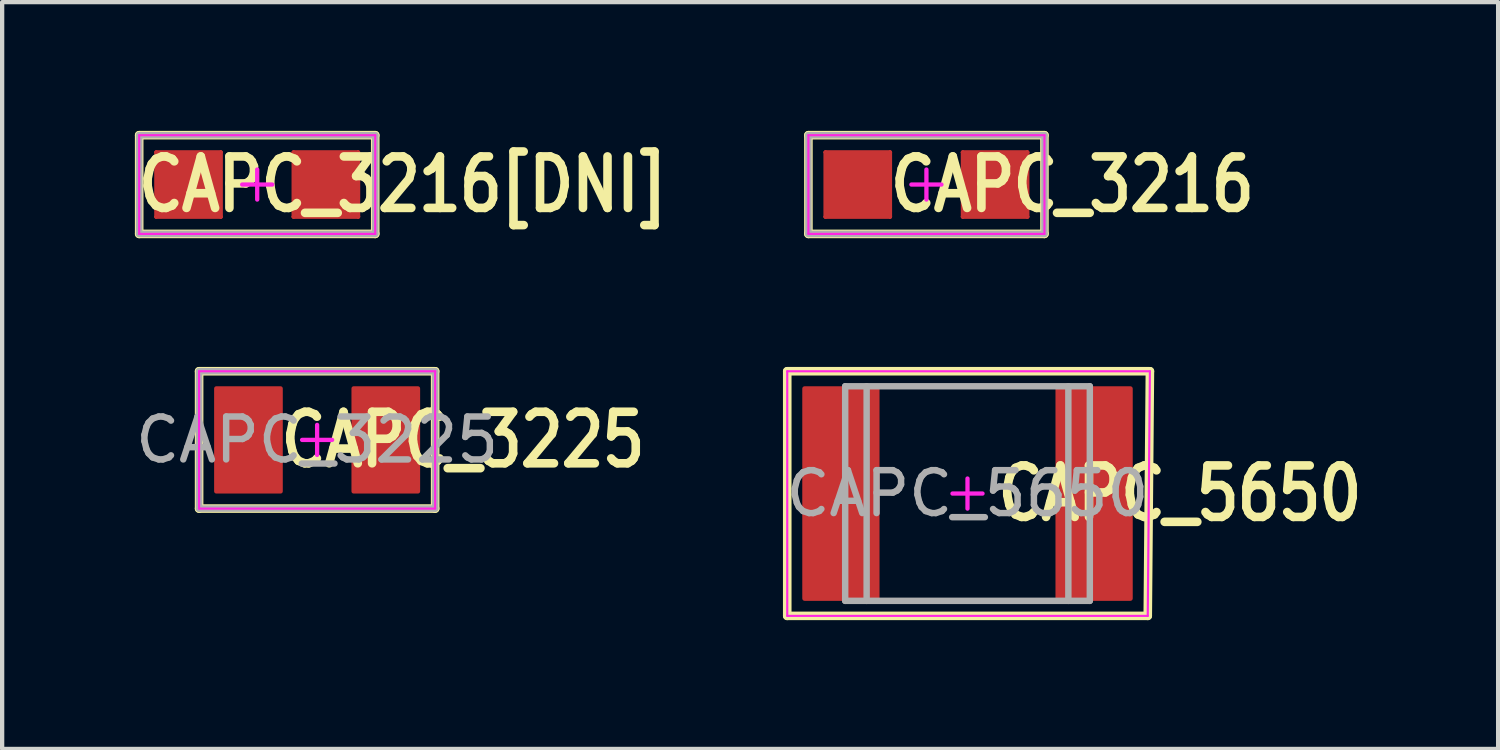
<source format=kicad_pcb>
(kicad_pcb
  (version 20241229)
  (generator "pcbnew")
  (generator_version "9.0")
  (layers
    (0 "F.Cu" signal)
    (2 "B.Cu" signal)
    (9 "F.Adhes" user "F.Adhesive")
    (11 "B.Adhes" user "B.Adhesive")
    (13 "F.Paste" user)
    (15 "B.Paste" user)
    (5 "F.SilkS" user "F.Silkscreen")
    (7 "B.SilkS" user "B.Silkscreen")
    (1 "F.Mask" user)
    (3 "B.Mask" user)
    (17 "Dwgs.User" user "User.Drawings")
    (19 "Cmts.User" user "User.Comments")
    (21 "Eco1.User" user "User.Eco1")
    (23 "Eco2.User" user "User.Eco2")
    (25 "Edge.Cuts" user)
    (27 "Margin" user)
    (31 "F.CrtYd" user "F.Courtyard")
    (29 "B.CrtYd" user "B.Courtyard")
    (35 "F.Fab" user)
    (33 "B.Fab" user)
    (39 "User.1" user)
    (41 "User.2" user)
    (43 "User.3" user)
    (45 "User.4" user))
  (footprint "CAPC_5650"
    (layer "F.Cu")
    (at 19.493 8.45)
    (property "Reference" "CAPC_5650" (at 4.95 0 0) (layer "F.SilkS") (effects (font (size 1.2 1) (thickness 0.2))))
    (attr through_hole)
    (fp_line (start -4.2 2.85) (end -4.2 -2.85) (stroke (width 0.2) (type solid)) (layer "F.SilkS"))
    (fp_line (start 4.2 2.85) (end -4.2 2.85) (stroke (width 0.2) (type solid)) (layer "F.SilkS"))
    (fp_line (start 4.2 2.85) (end 4.25 -2.85) (stroke (width 0.2) (type solid)) (layer "F.SilkS"))
    (fp_line (start 4.25 -2.85) (end -4.2 -2.85) (stroke (width 0.2) (type solid)) (layer "F.SilkS"))
    (fp_line (start -4.2 -2.85) (end 4.25 -2.85) (stroke (width 0.05) (type solid)) (layer "F.CrtYd"))
    (fp_line (start -4.2 2.85) (end -4.2 -2.85) (stroke (width 0.05) (type solid)) (layer "F.CrtYd"))
    (fp_line (start -0.35 0) (end 0.35 0) (stroke (width 0.1) (type solid)) (layer "F.CrtYd"))
    (fp_line (start 0 -0.35) (end 0 0.35) (stroke (width 0.1) (type solid)) (layer "F.CrtYd"))
    (fp_line (start 4.2 2.85) (end -4.2 2.85) (stroke (width 0.05) (type solid)) (layer "F.CrtYd"))
    (fp_line (start 4.2 2.85) (end 4.25 -2.85) (stroke (width 0.05) (type solid)) (layer "F.CrtYd"))
    (fp_line (start -2.85 -2.5) (end -2.85 2.5) (stroke (width 0.15) (type solid)) (layer "F.Fab"))
    (fp_line (start -2.35 -2.5) (end -2.35 2.5) (stroke (width 0.15) (type solid)) (layer "F.Fab"))
    (fp_line (start 2.35 -2.5) (end 2.35 2.5) (stroke (width 0.15) (type solid)) (layer "F.Fab"))
    (fp_line (start 2.85 -2.5) (end -2.85 -2.5) (stroke (width 0.15) (type solid)) (layer "F.Fab"))
    (fp_line (start 2.85 -2.5) (end 2.85 2.5) (stroke (width 0.15) (type solid)) (layer "F.Fab"))
    (fp_line (start 2.85 2.5) (end -2.85 2.5) (stroke (width 0.15) (type solid)) (layer "F.Fab"))
    (fp_text user "${REFERENCE}" (at 0 0 0) (layer "F.Fab") (effects (font (size 1 1) (thickness 0.15))))
    (pad "1" smd roundrect (at -2.95 0) (size 1.8 5) (layers "F.Cu" "F.Mask" "F.Paste") (roundrect_rratio 0.031))
    (pad "2" smd roundrect (at 2.95 0) (size 1.8 5) (layers "F.Cu" "F.Mask" "F.Paste") (roundrect_rratio 0.031)))
  (footprint "CAPC_3216"
    (layer "F.Cu")
    (at 18.536 1.25)
    (property "Reference" "CAPC_3216" (at 3.4 0 0) (layer "F.SilkS") (effects (font (size 1.2 1) (thickness 0.2))))
    (attr through_hole)
    (fp_line (start -2.375 0.75) (end -2.375 -0.75) (stroke (width 0.05) (type solid)) (layer "F.Cu"))
    (fp_line (start -2.35 -0.775) (end -0.85 -0.775) (stroke (width 0.05) (type solid)) (layer "F.Cu"))
    (fp_line (start -2.35 0.75) (end -0.85 0.75) (stroke (width 0.05) (type solid)) (layer "F.Cu"))
    (fp_line (start -2.35 -0.75) (end -0.85 -0.75) (stroke (width 0.05) (type solid)) (layer "F.Cu"))
    (fp_line (start -2.35 0.75) (end -2.35 -0.75) (stroke (width 0.05) (type solid)) (layer "F.Cu"))
    (fp_line (start -2.35 0.775) (end -0.85 0.775) (stroke (width 0.05) (type solid)) (layer "F.Cu"))
    (fp_line (start -0.85 0.75) (end -0.85 -0.75) (stroke (width 0.05) (type solid)) (layer "F.Cu"))
    (fp_line (start -0.825 0.75) (end -0.825 -0.75) (stroke (width 0.05) (type solid)) (layer "F.Cu"))
    (fp_line (start 0.825 0.75) (end 0.825 -0.75) (stroke (width 0.05) (type solid)) (layer "F.Cu"))
    (fp_line (start 0.85 -0.775) (end 2.35 -0.775) (stroke (width 0.05) (type solid)) (layer "F.Cu"))
    (fp_line (start 0.85 0.75) (end 2.35 0.75) (stroke (width 0.05) (type solid)) (layer "F.Cu"))
    (fp_line (start 0.85 -0.75) (end 2.35 -0.75) (stroke (width 0.05) (type solid)) (layer "F.Cu"))
    (fp_line (start 0.85 0.75) (end 0.85 -0.75) (stroke (width 0.05) (type solid)) (layer "F.Cu"))
    (fp_line (start 0.85 0.775) (end 2.35 0.775) (stroke (width 0.05) (type solid)) (layer "F.Cu"))
    (fp_line (start 2.35 0.75) (end 2.35 -0.75) (stroke (width 0.05) (type solid)) (layer "F.Cu"))
    (fp_line (start 2.375 0.75) (end 2.375 -0.75) (stroke (width 0.05) (type solid)) (layer "F.Cu"))
    (fp_arc (start -2.375 -0.75) (mid -2.367693 -0.767662) (end -2.350044 -0.775) (stroke (width 0.05) (type solid)) (layer "F.Cu"))
    (fp_arc (start -2.375 -0.75) (mid -2.367693 -0.767662) (end -2.350044 -0.775) (stroke (width 0.05) (type solid)) (layer "F.Cu"))
    (fp_arc (start -2.35 0.775) (mid -2.367662 0.767693) (end -2.375 0.750044) (stroke (width 0.05) (type solid)) (layer "F.Cu"))
    (fp_arc (start -2.35 0.775) (mid -2.367662 0.767693) (end -2.375 0.750044) (stroke (width 0.05) (type solid)) (layer "F.Cu"))
    (fp_arc (start -0.85 -0.775) (mid -0.832338 -0.767693) (end -0.825 -0.750044) (stroke (width 0.05) (type solid)) (layer "F.Cu"))
    (fp_arc (start -0.85 -0.775) (mid -0.832338 -0.767693) (end -0.825 -0.750044) (stroke (width 0.05) (type solid)) (layer "F.Cu"))
    (fp_arc (start -0.825 0.75) (mid -0.832307 0.767662) (end -0.849956 0.775) (stroke (width 0.05) (type solid)) (layer "F.Cu"))
    (fp_arc (start -0.825 0.75) (mid -0.832307 0.767662) (end -0.849956 0.775) (stroke (width 0.05) (type solid)) (layer "F.Cu"))
    (fp_arc (start 0.825 -0.75) (mid 0.832307 -0.767662) (end 0.849956 -0.775) (stroke (width 0.05) (type solid)) (layer "F.Cu"))
    (fp_arc (start 0.825 -0.75) (mid 0.832307 -0.767662) (end 0.849956 -0.775) (stroke (width 0.05) (type solid)) (layer "F.Cu"))
    (fp_arc (start 0.85 0.775) (mid 0.832338 0.767693) (end 0.825 0.750044) (stroke (width 0.05) (type solid)) (layer "F.Cu"))
    (fp_arc (start 0.85 0.775) (mid 0.832338 0.767693) (end 0.825 0.750044) (stroke (width 0.05) (type solid)) (layer "F.Cu"))
    (fp_arc (start 2.35 -0.775) (mid 2.367662 -0.767693) (end 2.375 -0.750044) (stroke (width 0.05) (type solid)) (layer "F.Cu"))
    (fp_arc (start 2.35 -0.775) (mid 2.367662 -0.767693) (end 2.375 -0.750044) (stroke (width 0.05) (type solid)) (layer "F.Cu"))
    (fp_arc (start 2.375 0.75) (mid 2.367693 0.767662) (end 2.350044 0.775) (stroke (width 0.05) (type solid)) (layer "F.Cu"))
    (fp_arc (start 2.375 0.75) (mid 2.367693 0.767662) (end 2.350044 0.775) (stroke (width 0.05) (type solid)) (layer "F.Cu"))
    (fp_line (start -2.45 -0.75) (end -2.45 0.75) (stroke (width 0.1) (type solid)) (layer "F.Mask"))
    (fp_line (start -0.85 -0.85) (end -2.35 -0.85) (stroke (width 0.1) (type solid)) (layer "F.Mask"))
    (fp_line (start -0.85 0.85) (end -2.35 0.85) (stroke (width 0.1) (type solid)) (layer "F.Mask"))
    (fp_line (start -0.75 -0.75) (end -0.75 0.75) (stroke (width 0.1) (type solid)) (layer "F.Mask"))
    (fp_line (start 0.75 -0.75) (end 0.75 0.75) (stroke (width 0.1) (type solid)) (layer "F.Mask"))
    (fp_line (start 2.35 -0.85) (end 0.85 -0.85) (stroke (width 0.1) (type solid)) (layer "F.Mask"))
    (fp_line (start 2.35 0.85) (end 0.85 0.85) (stroke (width 0.1) (type solid)) (layer "F.Mask"))
    (fp_line (start 2.45 -0.75) (end 2.45 0.75) (stroke (width 0.1) (type solid)) (layer "F.Mask"))
    (fp_arc (start -2.45 -0.75) (mid -2.420773 -0.820649) (end -2.350175 -0.85) (stroke (width 0.1) (type solid)) (layer "F.Mask"))
    (fp_arc (start -2.45 -0.75) (mid -2.420773 -0.820649) (end -2.350175 -0.85) (stroke (width 0.1) (type solid)) (layer "F.Mask"))
    (fp_arc (start -2.35 0.85) (mid -2.420649 0.820773) (end -2.45 0.750175) (stroke (width 0.1) (type solid)) (layer "F.Mask"))
    (fp_arc (start -2.35 0.85) (mid -2.420649 0.820773) (end -2.45 0.750175) (stroke (width 0.1) (type solid)) (layer "F.Mask"))
    (fp_arc (start -0.85 -0.85) (mid -0.779351 -0.820773) (end -0.75 -0.750175) (stroke (width 0.1) (type solid)) (layer "F.Mask"))
    (fp_arc (start -0.85 -0.85) (mid -0.779351 -0.820773) (end -0.75 -0.750175) (stroke (width 0.1) (type solid)) (layer "F.Mask"))
    (fp_arc (start -0.75 0.75) (mid -0.779227 0.820649) (end -0.849825 0.85) (stroke (width 0.1) (type solid)) (layer "F.Mask"))
    (fp_arc (start -0.75 0.75) (mid -0.779227 0.820649) (end -0.849825 0.85) (stroke (width 0.1) (type solid)) (layer "F.Mask"))
    (fp_arc (start 0.75 -0.75) (mid 0.779227 -0.820649) (end 0.849825 -0.85) (stroke (width 0.1) (type solid)) (layer "F.Mask"))
    (fp_arc (start 0.75 -0.75) (mid 0.779227 -0.820649) (end 0.849825 -0.85) (stroke (width 0.1) (type solid)) (layer "F.Mask"))
    (fp_arc (start 0.85 0.85) (mid 0.779351 0.820773) (end 0.75 0.750175) (stroke (width 0.1) (type solid)) (layer "F.Mask"))
    (fp_arc (start 0.85 0.85) (mid 0.779351 0.820773) (end 0.75 0.750175) (stroke (width 0.1) (type solid)) (layer "F.Mask"))
    (fp_arc (start 2.35 -0.85) (mid 2.420649 -0.820773) (end 2.45 -0.750175) (stroke (width 0.1) (type solid)) (layer "F.Mask"))
    (fp_arc (start 2.35 -0.85) (mid 2.420649 -0.820773) (end 2.45 -0.750175) (stroke (width 0.1) (type solid)) (layer "F.Mask"))
    (fp_arc (start 2.45 0.75) (mid 2.420773 0.820649) (end 2.350175 0.85) (stroke (width 0.1) (type solid)) (layer "F.Mask"))
    (fp_arc (start 2.45 0.75) (mid 2.420773 0.820649) (end 2.350175 0.85) (stroke (width 0.1) (type solid)) (layer "F.Mask"))
    (fp_line (start -2.75 -1.15) (end -2.75 1.15) (stroke (width 0.2) (type solid)) (layer "F.SilkS"))
    (fp_line (start -2.75 1.15) (end 2.75 1.15) (stroke (width 0.2) (type solid)) (layer "F.SilkS"))
    (fp_line (start 2.75 -1.15) (end -2.75 -1.15) (stroke (width 0.2) (type solid)) (layer "F.SilkS"))
    (fp_line (start 2.75 1.15) (end 2.75 -1.15) (stroke (width 0.2) (type solid)) (layer "F.SilkS"))
    (fp_line (start -2.35 -0.75) (end -0.85 -0.75) (stroke (width 0.05) (type solid)) (layer "F.Paste"))
    (fp_line (start -2.35 0.75) (end -2.35 -0.75) (stroke (width 0.05) (type solid)) (layer "F.Paste"))
    (fp_line (start -0.85 -0.75) (end -0.85 0.75) (stroke (width 0.05) (type solid)) (layer "F.Paste"))
    (fp_line (start -0.85 0.75) (end -2.35 0.75) (stroke (width 0.05) (type solid)) (layer "F.Paste"))
    (fp_line (start 0.85 -0.75) (end 2.35 -0.75) (stroke (width 0.05) (type solid)) (layer "F.Paste"))
    (fp_line (start 0.85 0.75) (end 0.85 -0.75) (stroke (width 0.05) (type solid)) (layer "F.Paste"))
    (fp_line (start 2.35 -0.75) (end 2.35 0.75) (stroke (width 0.05) (type solid)) (layer "F.Paste"))
    (fp_line (start 2.35 0.75) (end 0.85 0.75) (stroke (width 0.05) (type solid)) (layer "F.Paste"))
    (fp_line (start -2.75 -1.15) (end 2.75 -1.15) (stroke (width 0.05) (type solid)) (layer "F.CrtYd"))
    (fp_line (start -2.75 1.15) (end -2.75 -1.15) (stroke (width 0.05) (type solid)) (layer "F.CrtYd"))
    (fp_line (start -0.35 0) (end 0.35 0) (stroke (width 0.1) (type solid)) (layer "F.CrtYd"))
    (fp_line (start 0 -0.35) (end 0 0.35) (stroke (width 0.1) (type solid)) (layer "F.CrtYd"))
    (fp_line (start 2.75 -1.15) (end 2.75 1.15) (stroke (width 0.05) (type solid)) (layer "F.CrtYd"))
    (fp_line (start 2.75 1.15) (end -2.75 1.15) (stroke (width 0.05) (type solid)) (layer "F.CrtYd"))
    (fp_line (start -2.75 -1.15) (end -2.75 1.15) (stroke (width 0.15) (type solid)) (layer "F.Fab"))
    (fp_line (start -2.75 1.15) (end 2.75 1.15) (stroke (width 0.15) (type solid)) (layer "F.Fab"))
    (fp_line (start 2.75 -1.15) (end -2.75 -1.15) (stroke (width 0.15) (type solid)) (layer "F.Fab"))
    (fp_line (start 2.75 1.15) (end 2.75 -1.15) (stroke (width 0.15) (type solid)) (layer "F.Fab"))
    (pad "1" smd rect (at -1.6 0) (size 1.5 1.5) (layers "F.Cu" "F.Mask" "F.Paste"))
    (pad "2" smd rect (at 1.6 0) (size 1.5 1.5) (layers "F.Cu" "F.Mask" "F.Paste")))
  (footprint "CAPC_3216[DNI]"
    (layer "F.Cu")
    (at 2.943 1.25)
    (property "Reference" "CAPC_3216[DNI]" (at 3.4 0 0) (layer "F.SilkS") (effects (font (size 1.2 1) (thickness 0.2))))
    (attr through_hole)
    (fp_line (start -2.375 0.75) (end -2.375 -0.75) (stroke (width 0.05) (type solid)) (layer "F.Cu"))
    (fp_line (start -2.35 -0.775) (end -0.85 -0.775) (stroke (width 0.05) (type solid)) (layer "F.Cu"))
    (fp_line (start -2.35 0.75) (end -0.85 0.75) (stroke (width 0.05) (type solid)) (layer "F.Cu"))
    (fp_line (start -2.35 -0.75) (end -0.85 -0.75) (stroke (width 0.05) (type solid)) (layer "F.Cu"))
    (fp_line (start -2.35 0.75) (end -2.35 -0.75) (stroke (width 0.05) (type solid)) (layer "F.Cu"))
    (fp_line (start -2.35 0.775) (end -0.85 0.775) (stroke (width 0.05) (type solid)) (layer "F.Cu"))
    (fp_line (start -0.85 0.75) (end -0.85 -0.75) (stroke (width 0.05) (type solid)) (layer "F.Cu"))
    (fp_line (start -0.825 0.75) (end -0.825 -0.75) (stroke (width 0.05) (type solid)) (layer "F.Cu"))
    (fp_line (start 0.825 0.75) (end 0.825 -0.75) (stroke (width 0.05) (type solid)) (layer "F.Cu"))
    (fp_line (start 0.85 -0.775) (end 2.35 -0.775) (stroke (width 0.05) (type solid)) (layer "F.Cu"))
    (fp_line (start 0.85 0.75) (end 2.35 0.75) (stroke (width 0.05) (type solid)) (layer "F.Cu"))
    (fp_line (start 0.85 -0.75) (end 2.35 -0.75) (stroke (width 0.05) (type solid)) (layer "F.Cu"))
    (fp_line (start 0.85 0.75) (end 0.85 -0.75) (stroke (width 0.05) (type solid)) (layer "F.Cu"))
    (fp_line (start 0.85 0.775) (end 2.35 0.775) (stroke (width 0.05) (type solid)) (layer "F.Cu"))
    (fp_line (start 2.35 0.75) (end 2.35 -0.75) (stroke (width 0.05) (type solid)) (layer "F.Cu"))
    (fp_line (start 2.375 0.75) (end 2.375 -0.75) (stroke (width 0.05) (type solid)) (layer "F.Cu"))
    (fp_arc (start -2.375 -0.75) (mid -2.367693 -0.767662) (end -2.350044 -0.775) (stroke (width 0.05) (type solid)) (layer "F.Cu"))
    (fp_arc (start -2.375 -0.75) (mid -2.367693 -0.767662) (end -2.350044 -0.775) (stroke (width 0.05) (type solid)) (layer "F.Cu"))
    (fp_arc (start -2.35 0.775) (mid -2.367662 0.767693) (end -2.375 0.750044) (stroke (width 0.05) (type solid)) (layer "F.Cu"))
    (fp_arc (start -2.35 0.775) (mid -2.367662 0.767693) (end -2.375 0.750044) (stroke (width 0.05) (type solid)) (layer "F.Cu"))
    (fp_arc (start -0.85 -0.775) (mid -0.832338 -0.767693) (end -0.825 -0.750044) (stroke (width 0.05) (type solid)) (layer "F.Cu"))
    (fp_arc (start -0.85 -0.775) (mid -0.832338 -0.767693) (end -0.825 -0.750044) (stroke (width 0.05) (type solid)) (layer "F.Cu"))
    (fp_arc (start -0.825 0.75) (mid -0.832307 0.767662) (end -0.849956 0.775) (stroke (width 0.05) (type solid)) (layer "F.Cu"))
    (fp_arc (start -0.825 0.75) (mid -0.832307 0.767662) (end -0.849956 0.775) (stroke (width 0.05) (type solid)) (layer "F.Cu"))
    (fp_arc (start 0.825 -0.75) (mid 0.832307 -0.767662) (end 0.849956 -0.775) (stroke (width 0.05) (type solid)) (layer "F.Cu"))
    (fp_arc (start 0.825 -0.75) (mid 0.832307 -0.767662) (end 0.849956 -0.775) (stroke (width 0.05) (type solid)) (layer "F.Cu"))
    (fp_arc (start 0.85 0.775) (mid 0.832338 0.767693) (end 0.825 0.750044) (stroke (width 0.05) (type solid)) (layer "F.Cu"))
    (fp_arc (start 0.85 0.775) (mid 0.832338 0.767693) (end 0.825 0.750044) (stroke (width 0.05) (type solid)) (layer "F.Cu"))
    (fp_arc (start 2.35 -0.775) (mid 2.367662 -0.767693) (end 2.375 -0.750044) (stroke (width 0.05) (type solid)) (layer "F.Cu"))
    (fp_arc (start 2.35 -0.775) (mid 2.367662 -0.767693) (end 2.375 -0.750044) (stroke (width 0.05) (type solid)) (layer "F.Cu"))
    (fp_arc (start 2.375 0.75) (mid 2.367693 0.767662) (end 2.350044 0.775) (stroke (width 0.05) (type solid)) (layer "F.Cu"))
    (fp_arc (start 2.375 0.75) (mid 2.367693 0.767662) (end 2.350044 0.775) (stroke (width 0.05) (type solid)) (layer "F.Cu"))
    (fp_line (start -2.45 -0.75) (end -2.45 0.75) (stroke (width 0.1) (type solid)) (layer "F.Mask"))
    (fp_line (start -0.85 -0.85) (end -2.35 -0.85) (stroke (width 0.1) (type solid)) (layer "F.Mask"))
    (fp_line (start -0.85 0.85) (end -2.35 0.85) (stroke (width 0.1) (type solid)) (layer "F.Mask"))
    (fp_line (start -0.75 -0.75) (end -0.75 0.75) (stroke (width 0.1) (type solid)) (layer "F.Mask"))
    (fp_line (start 0.75 -0.75) (end 0.75 0.75) (stroke (width 0.1) (type solid)) (layer "F.Mask"))
    (fp_line (start 2.35 -0.85) (end 0.85 -0.85) (stroke (width 0.1) (type solid)) (layer "F.Mask"))
    (fp_line (start 2.35 0.85) (end 0.85 0.85) (stroke (width 0.1) (type solid)) (layer "F.Mask"))
    (fp_line (start 2.45 -0.75) (end 2.45 0.75) (stroke (width 0.1) (type solid)) (layer "F.Mask"))
    (fp_arc (start -2.45 -0.75) (mid -2.420773 -0.820649) (end -2.350175 -0.85) (stroke (width 0.1) (type solid)) (layer "F.Mask"))
    (fp_arc (start -2.45 -0.75) (mid -2.420773 -0.820649) (end -2.350175 -0.85) (stroke (width 0.1) (type solid)) (layer "F.Mask"))
    (fp_arc (start -2.35 0.85) (mid -2.420649 0.820773) (end -2.45 0.750175) (stroke (width 0.1) (type solid)) (layer "F.Mask"))
    (fp_arc (start -2.35 0.85) (mid -2.420649 0.820773) (end -2.45 0.750175) (stroke (width 0.1) (type solid)) (layer "F.Mask"))
    (fp_arc (start -0.85 -0.85) (mid -0.779351 -0.820773) (end -0.75 -0.750175) (stroke (width 0.1) (type solid)) (layer "F.Mask"))
    (fp_arc (start -0.85 -0.85) (mid -0.779351 -0.820773) (end -0.75 -0.750175) (stroke (width 0.1) (type solid)) (layer "F.Mask"))
    (fp_arc (start -0.75 0.75) (mid -0.779227 0.820649) (end -0.849825 0.85) (stroke (width 0.1) (type solid)) (layer "F.Mask"))
    (fp_arc (start -0.75 0.75) (mid -0.779227 0.820649) (end -0.849825 0.85) (stroke (width 0.1) (type solid)) (layer "F.Mask"))
    (fp_arc (start 0.75 -0.75) (mid 0.779227 -0.820649) (end 0.849825 -0.85) (stroke (width 0.1) (type solid)) (layer "F.Mask"))
    (fp_arc (start 0.75 -0.75) (mid 0.779227 -0.820649) (end 0.849825 -0.85) (stroke (width 0.1) (type solid)) (layer "F.Mask"))
    (fp_arc (start 0.85 0.85) (mid 0.779351 0.820773) (end 0.75 0.750175) (stroke (width 0.1) (type solid)) (layer "F.Mask"))
    (fp_arc (start 0.85 0.85) (mid 0.779351 0.820773) (end 0.75 0.750175) (stroke (width 0.1) (type solid)) (layer "F.Mask"))
    (fp_arc (start 2.35 -0.85) (mid 2.420649 -0.820773) (end 2.45 -0.750175) (stroke (width 0.1) (type solid)) (layer "F.Mask"))
    (fp_arc (start 2.35 -0.85) (mid 2.420649 -0.820773) (end 2.45 -0.750175) (stroke (width 0.1) (type solid)) (layer "F.Mask"))
    (fp_arc (start 2.45 0.75) (mid 2.420773 0.820649) (end 2.350175 0.85) (stroke (width 0.1) (type solid)) (layer "F.Mask"))
    (fp_arc (start 2.45 0.75) (mid 2.420773 0.820649) (end 2.350175 0.85) (stroke (width 0.1) (type solid)) (layer "F.Mask"))
    (fp_line (start -2.75 -1.15) (end -2.75 1.15) (stroke (width 0.2) (type solid)) (layer "F.SilkS"))
    (fp_line (start -2.75 1.15) (end 2.75 1.15) (stroke (width 0.2) (type solid)) (layer "F.SilkS"))
    (fp_line (start 2.75 -1.15) (end -2.75 -1.15) (stroke (width 0.2) (type solid)) (layer "F.SilkS"))
    (fp_line (start 2.75 1.15) (end 2.75 -1.15) (stroke (width 0.2) (type solid)) (layer "F.SilkS"))
    (fp_line (start -2.35 -0.75) (end -0.85 -0.75) (stroke (width 0.05) (type solid)) (layer "F.Paste"))
    (fp_line (start -2.35 0.75) (end -2.35 -0.75) (stroke (width 0.05) (type solid)) (layer "F.Paste"))
    (fp_line (start -0.85 -0.75) (end -0.85 0.75) (stroke (width 0.05) (type solid)) (layer "F.Paste"))
    (fp_line (start -0.85 0.75) (end -2.35 0.75) (stroke (width 0.05) (type solid)) (layer "F.Paste"))
    (fp_line (start 0.85 -0.75) (end 2.35 -0.75) (stroke (width 0.05) (type solid)) (layer "F.Paste"))
    (fp_line (start 0.85 0.75) (end 0.85 -0.75) (stroke (width 0.05) (type solid)) (layer "F.Paste"))
    (fp_line (start 2.35 -0.75) (end 2.35 0.75) (stroke (width 0.05) (type solid)) (layer "F.Paste"))
    (fp_line (start 2.35 0.75) (end 0.85 0.75) (stroke (width 0.05) (type solid)) (layer "F.Paste"))
    (fp_line (start -2.75 -1.15) (end 2.75 -1.15) (stroke (width 0.05) (type solid)) (layer "F.CrtYd"))
    (fp_line (start -2.75 1.15) (end -2.75 -1.15) (stroke (width 0.05) (type solid)) (layer "F.CrtYd"))
    (fp_line (start -0.35 0) (end 0.35 0) (stroke (width 0.1) (type solid)) (layer "F.CrtYd"))
    (fp_line (start 0 -0.35) (end 0 0.35) (stroke (width 0.1) (type solid)) (layer "F.CrtYd"))
    (fp_line (start 2.75 -1.15) (end 2.75 1.15) (stroke (width 0.05) (type solid)) (layer "F.CrtYd"))
    (fp_line (start 2.75 1.15) (end -2.75 1.15) (stroke (width 0.05) (type solid)) (layer "F.CrtYd"))
    (fp_line (start -2.75 -1.15) (end -2.75 1.15) (stroke (width 0.15) (type solid)) (layer "F.Fab"))
    (fp_line (start -2.75 1.15) (end 2.75 1.15) (stroke (width 0.15) (type solid)) (layer "F.Fab"))
    (fp_line (start 2.75 -1.15) (end -2.75 -1.15) (stroke (width 0.15) (type solid)) (layer "F.Fab"))
    (fp_line (start 2.75 1.15) (end 2.75 -1.15) (stroke (width 0.15) (type solid)) (layer "F.Fab"))
    (pad "1" smd rect (at -1.6 0) (size 1.5 1.5) (layers "F.Cu" "F.Mask" "F.Paste"))
    (pad "2" smd rect (at 1.6 0) (size 1.5 1.5) (layers "F.Cu" "F.Mask" "F.Paste")))
  (footprint "CAPC_3225"
    (layer "F.Cu")
    (at 4.339 7.2)
    (property "Reference" "CAPC_3225" (at 3.4 0 0) (layer "F.SilkS") (effects (font (size 1.2 1) (thickness 0.2))))
    (attr through_hole)
    (fp_line (start -2.75 -1.6) (end -2.75 1.6) (stroke (width 0.2) (type solid)) (layer "F.SilkS"))
    (fp_line (start -2.75 1.6) (end 2.75 1.6) (stroke (width 0.2) (type solid)) (layer "F.SilkS"))
    (fp_line (start 2.75 -1.6) (end -2.75 -1.6) (stroke (width 0.2) (type solid)) (layer "F.SilkS"))
    (fp_line (start 2.75 -1.6) (end 2.75 1.6) (stroke (width 0.2) (type solid)) (layer "F.SilkS"))
    (fp_line (start -2.75 -1.6) (end 2.75 -1.6) (stroke (width 0.05) (type solid)) (layer "F.CrtYd"))
    (fp_line (start -2.75 1.6) (end -2.75 -1.6) (stroke (width 0.05) (type solid)) (layer "F.CrtYd"))
    (fp_line (start -0.35 0) (end 0.35 0) (stroke (width 0.1) (type solid)) (layer "F.CrtYd"))
    (fp_line (start 0 -0.35) (end 0 0.35) (stroke (width 0.1) (type solid)) (layer "F.CrtYd"))
    (fp_line (start 2.75 1.6) (end -2.75 1.6) (stroke (width 0.05) (type solid)) (layer "F.CrtYd"))
    (fp_line (start 2.75 1.6) (end 2.75 -1.6) (stroke (width 0.05) (type solid)) (layer "F.CrtYd"))
    (fp_line (start -2.75 -1.6) (end -2.75 1.6) (stroke (width 0.15) (type solid)) (layer "F.Fab"))
    (fp_line (start -2.75 1.6) (end 2.75 1.6) (stroke (width 0.15) (type solid)) (layer "F.Fab"))
    (fp_line (start 2.75 -1.6) (end -2.75 -1.6) (stroke (width 0.15) (type solid)) (layer "F.Fab"))
    (fp_line (start 2.75 -1.6) (end 2.75 1.6) (stroke (width 0.15) (type solid)) (layer "F.Fab"))
    (fp_text user "${REFERENCE}" (at 0 0 0) (layer "F.Fab") (effects (font (size 1 1) (thickness 0.15))))
    (pad "1" smd roundrect (at -1.6 0) (size 1.6 2.5) (layers "F.Cu" "F.Mask" "F.Paste") (roundrect_rratio 0.032))
    (pad "2" smd roundrect (at 1.6 0) (size 1.6 2.5) (layers "F.Cu" "F.Mask" "F.Paste") (roundrect_rratio 0.032)))
  (gr_rect
    (start -3 -3)
    (end 31.857 14.4)
    (stroke (width 0.1) (type default))
    (fill no)
    (layer "Edge.Cuts")))
</source>
